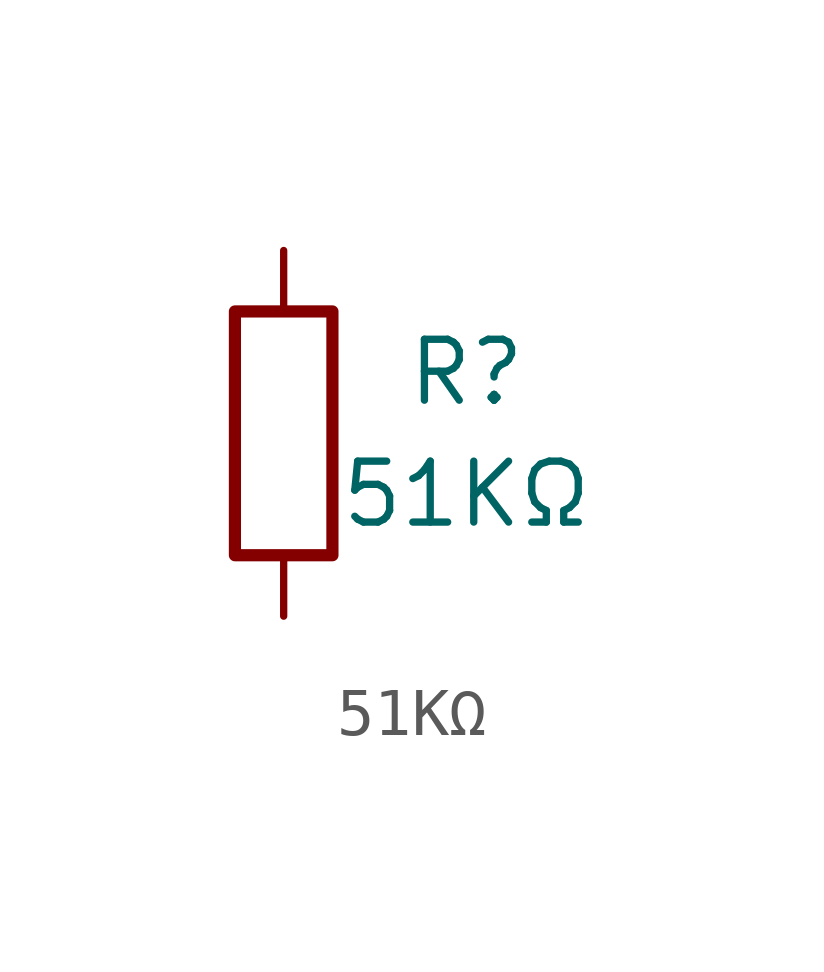
<source format=kicad_sym>
(kicad_symbol_lib
  (version 20241209)
  (generator "kicad_symbol_editor")
  (generator_version "9.0")
  (symbol "51KΩ"
    (pin_numbers
      (hide yes))
    (pin_names
      (offset 0))
    (property "Reference" "R"
      (at 3.81 1.27 0)
      (effects (font (size 1.27 1.27))))
    (property "Value" "51KΩ"
      (at 3.81 -1.27 0)
      (effects (font (size 1.27 1.27))))
    (symbol "51KΩ_0_1"
      (rectangle (start -1.016 -2.54) (end 1.016 2.54) (stroke (width 0.254) (type solid)) (fill (type none))))
    (symbol "51KΩ_1_1"
      (pin passive line (at 0 3.81 270) (length 1.27) (name "~" (effects (font (size 1.27 1.27)))) (number "1" (effects (font (size 1.27 1.27)))))
      (pin passive line (at 0 -3.81 90) (length 1.27) (name "~" (effects (font (size 1.27 1.27)))) (number "2" (effects (font (size 1.27 1.27))))))))
</source>
